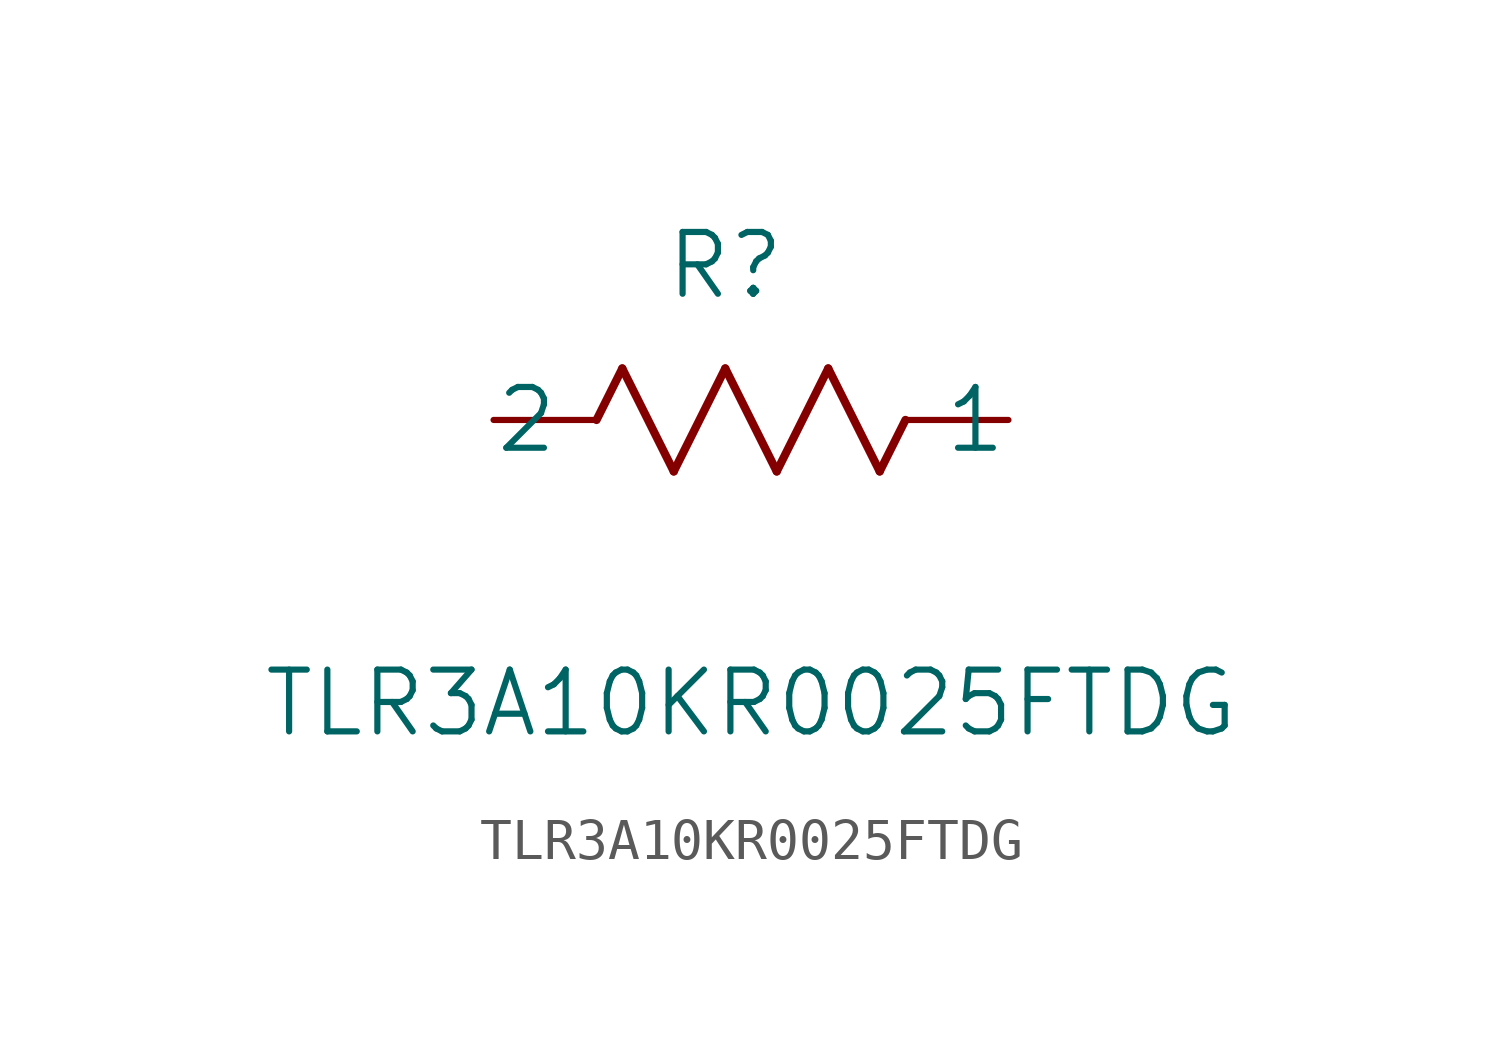
<source format=kicad_sym>
(kicad_symbol_lib
  (version 20211014)
  (generator kicad_symbol_editor)
  (symbol "TLR3A10KR0025FTDG"
    (pin_numbers hide)
    (pin_names
      (offset -2.54))
    (property "Reference" "R"
      (at 5.715 3.81 0)
      (effects (font (size 1.524 1.524))))
    (property "Value" "TLR3A10KR0025FTDG"
      (at 6.35 -6.985 0)
      (effects (font (size 1.524 1.524))))
    (property "Datasheet" ""
      (at 0 0 0)
      (effects (font (size 1.524 1.524))))
    (property "ki_locked" ""
      (at 0 0 0)
      (effects (font (size 1.27 1.27))))
    (symbol "TLR3A10KR0025FTDG_1_1"
      (polyline (pts (xy 2.54 0) (xy 3.175 1.27)) (stroke (width 0.203) (type default) (color 0 0 0 0)) (fill (type none)))
      (polyline (pts (xy 3.175 1.27) (xy 4.445 -1.27)) (stroke (width 0.203) (type default) (color 0 0 0 0)) (fill (type none)))
      (polyline (pts (xy 4.445 -1.27) (xy 5.715 1.27)) (stroke (width 0.203) (type default) (color 0 0 0 0)) (fill (type none)))
      (polyline (pts (xy 5.715 1.27) (xy 6.985 -1.27)) (stroke (width 0.203) (type default) (color 0 0 0 0)) (fill (type none)))
      (polyline (pts (xy 6.985 -1.27) (xy 8.255 1.27)) (stroke (width 0.203) (type default) (color 0 0 0 0)) (fill (type none)))
      (polyline (pts (xy 8.255 1.27) (xy 9.525 -1.27)) (stroke (width 0.203) (type default) (color 0 0 0 0)) (fill (type none)))
      (polyline (pts (xy 9.525 -1.27) (xy 10.16 0)) (stroke (width 0.203) (type default) (color 0 0 0 0)) (fill (type none)))
      (pin unspecified line (at 12.7 0 180) (length 2.54) (name "1" (effects (font (size 1.499 1.499)))) (number "1" (effects (font (size 1.499 1.499)))))
      (pin unspecified line (at 0 0 0) (length 2.54) (name "2" (effects (font (size 1.499 1.499)))) (number "2" (effects (font (size 1.499 1.499))))))))
</source>
